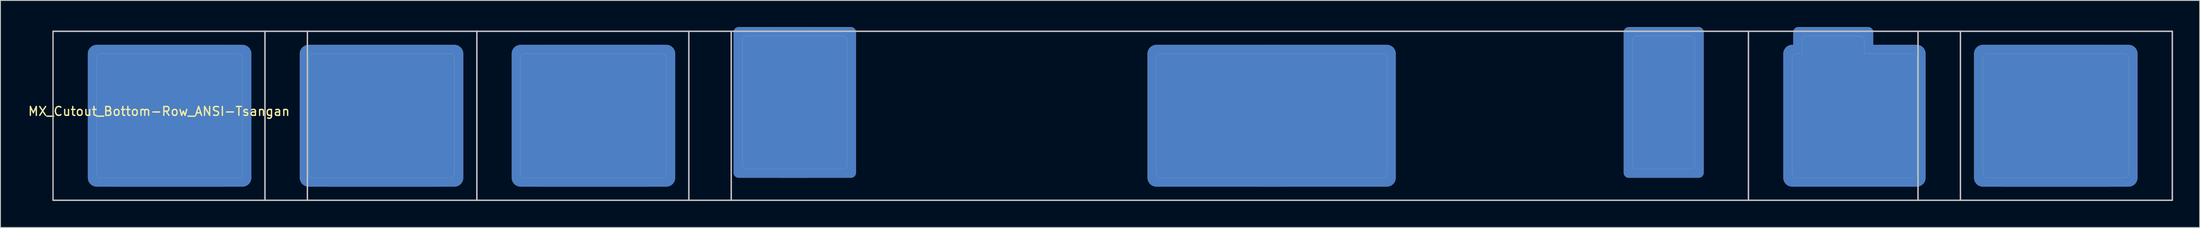
<source format=kicad_pcb>
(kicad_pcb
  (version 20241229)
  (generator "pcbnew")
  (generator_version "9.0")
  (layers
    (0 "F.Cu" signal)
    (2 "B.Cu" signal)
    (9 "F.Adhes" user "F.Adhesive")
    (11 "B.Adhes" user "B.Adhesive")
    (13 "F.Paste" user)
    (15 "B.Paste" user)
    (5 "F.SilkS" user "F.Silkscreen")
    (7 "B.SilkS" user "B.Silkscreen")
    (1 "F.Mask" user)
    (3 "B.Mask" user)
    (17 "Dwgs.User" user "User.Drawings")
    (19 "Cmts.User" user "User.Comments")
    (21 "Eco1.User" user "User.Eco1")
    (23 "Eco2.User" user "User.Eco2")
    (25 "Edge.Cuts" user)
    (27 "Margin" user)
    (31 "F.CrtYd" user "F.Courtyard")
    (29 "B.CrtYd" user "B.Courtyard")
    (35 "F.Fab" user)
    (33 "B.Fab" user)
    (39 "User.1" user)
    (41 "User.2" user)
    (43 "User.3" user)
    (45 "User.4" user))
  (footprint "MX_Cutout_Bottom-Row_ANSI-Tsangan"
    (layer "F.Cu")
    (at 14.815 10)
    (property "Reference" "MX_Cutout_Bottom-Row_ANSI-Tsangan" (at 0 -0.5 0) (unlocked yes) (layer "F.SilkS") (effects (font (size 1 1) (thickness 0.15))))
    (fp_line (start -11.906 -9.525) (end 11.906 -9.525) (stroke (width 0.15) (type solid)) (layer "Dwgs.User"))
    (fp_line (start -11.906 -9.525) (end 16.669 -9.525) (stroke (width 0.15) (type solid)) (layer "Dwgs.User"))
    (fp_line (start -11.906 9.525) (end -11.906 -9.525) (stroke (width 0.15) (type solid)) (layer "Dwgs.User"))
    (fp_line (start 11.906 -9.525) (end 11.906 9.525) (stroke (width 0.15) (type solid)) (layer "Dwgs.User"))
    (fp_line (start 11.906 -9.525) (end 35.719 -9.525) (stroke (width 0.15) (type solid)) (layer "Dwgs.User"))
    (fp_line (start 11.906 9.525) (end -11.906 9.525) (stroke (width 0.15) (type solid)) (layer "Dwgs.User"))
    (fp_line (start 11.906 9.525) (end 11.906 -9.525) (stroke (width 0.15) (type solid)) (layer "Dwgs.User"))
    (fp_line (start 16.669 -9.525) (end 16.669 9.525) (stroke (width 0.15) (type solid)) (layer "Dwgs.User"))
    (fp_line (start 16.669 -9.525) (end 35.719 -9.525) (stroke (width 0.15) (type solid)) (layer "Dwgs.User"))
    (fp_line (start 16.669 9.525) (end -11.906 9.525) (stroke (width 0.15) (type solid)) (layer "Dwgs.User"))
    (fp_line (start 16.669 9.525) (end 16.669 -9.525) (stroke (width 0.15) (type solid)) (layer "Dwgs.User"))
    (fp_line (start 35.719 -9.525) (end 35.719 9.525) (stroke (width 0.15) (type solid)) (layer "Dwgs.User"))
    (fp_line (start 35.719 -9.525) (end 35.719 9.525) (stroke (width 0.15) (type solid)) (layer "Dwgs.User"))
    (fp_line (start 35.719 -9.525) (end 59.531 -9.525) (stroke (width 0.15) (type solid)) (layer "Dwgs.User"))
    (fp_line (start 35.719 -9.525) (end 64.294 -9.525) (stroke (width 0.15) (type solid)) (layer "Dwgs.User"))
    (fp_line (start 35.719 9.525) (end 11.906 9.525) (stroke (width 0.15) (type solid)) (layer "Dwgs.User"))
    (fp_line (start 35.719 9.525) (end 16.669 9.525) (stroke (width 0.15) (type solid)) (layer "Dwgs.User"))
    (fp_line (start 35.719 9.525) (end 35.719 -9.525) (stroke (width 0.15) (type solid)) (layer "Dwgs.User"))
    (fp_line (start 35.719 9.525) (end 35.719 -9.525) (stroke (width 0.15) (type solid)) (layer "Dwgs.User"))
    (fp_line (start 59.531 -9.525) (end 59.531 9.525) (stroke (width 0.15) (type solid)) (layer "Dwgs.User"))
    (fp_line (start 59.531 -9.525) (end 59.531 9.525) (stroke (width 0.15) (type solid)) (layer "Dwgs.User"))
    (fp_line (start 59.531 -9.525) (end 178.594 -9.525) (stroke (width 0.15) (type solid)) (layer "Dwgs.User"))
    (fp_line (start 59.531 9.525) (end 35.719 9.525) (stroke (width 0.15) (type solid)) (layer "Dwgs.User"))
    (fp_line (start 59.531 9.525) (end 178.594 9.525) (stroke (width 0.15) (type solid)) (layer "Dwgs.User"))
    (fp_line (start 64.294 -9.525) (end 64.294 9.525) (stroke (width 0.15) (type solid)) (layer "Dwgs.User"))
    (fp_line (start 64.294 9.525) (end 35.719 9.525) (stroke (width 0.15) (type solid)) (layer "Dwgs.User"))
    (fp_line (start 64.294 9.525) (end 64.294 -9.525) (stroke (width 0.15) (type solid)) (layer "Dwgs.User"))
    (fp_line (start 178.594 -9.525) (end 178.594 9.525) (stroke (width 0.15) (type solid)) (layer "Dwgs.User"))
    (fp_line (start 178.594 -9.525) (end 202.406 -9.525) (stroke (width 0.15) (type solid)) (layer "Dwgs.User"))
    (fp_line (start 178.594 9.525) (end 178.594 -9.525) (stroke (width 0.15) (type solid)) (layer "Dwgs.User"))
    (fp_line (start 197.644 -9.525) (end 64.294 -9.525) (stroke (width 0.15) (type solid)) (layer "Dwgs.User"))
    (fp_line (start 197.644 -9.525) (end 226.219 -9.525) (stroke (width 0.15) (type solid)) (layer "Dwgs.User"))
    (fp_line (start 197.644 9.525) (end 64.294 9.525) (stroke (width 0.15) (type solid)) (layer "Dwgs.User"))
    (fp_line (start 197.644 9.525) (end 197.644 -9.525) (stroke (width 0.15) (type solid)) (layer "Dwgs.User"))
    (fp_line (start 197.644 9.525) (end 197.644 -9.525) (stroke (width 0.15) (type solid)) (layer "Dwgs.User"))
    (fp_line (start 202.406 -9.525) (end 202.406 9.525) (stroke (width 0.15) (type solid)) (layer "Dwgs.User"))
    (fp_line (start 202.406 -9.525) (end 226.219 -9.525) (stroke (width 0.15) (type solid)) (layer "Dwgs.User"))
    (fp_line (start 202.406 9.525) (end 178.594 9.525) (stroke (width 0.15) (type solid)) (layer "Dwgs.User"))
    (fp_line (start 202.406 9.525) (end 202.406 -9.525) (stroke (width 0.15) (type solid)) (layer "Dwgs.User"))
    (fp_line (start 226.219 -9.525) (end 226.219 9.525) (stroke (width 0.15) (type solid)) (layer "Dwgs.User"))
    (fp_line (start 226.219 -9.525) (end 226.219 9.525) (stroke (width 0.15) (type solid)) (layer "Dwgs.User"))
    (fp_line (start 226.219 9.525) (end 197.644 9.525) (stroke (width 0.15) (type solid)) (layer "Dwgs.User"))
    (fp_line (start 226.219 9.525) (end 202.406 9.525) (stroke (width 0.15) (type solid)) (layer "Dwgs.User"))
    (fp_line (start -7 -6.5) (end -7 6.5) (stroke (width 0.01) (type solid)) (layer "Edge.Cuts"))
    (fp_line (start -6.5 7) (end 8.881 7) (stroke (width 0.01) (type solid)) (layer "Edge.Cuts"))
    (fp_line (start 8.881 -7) (end -6.5 -7) (stroke (width 0.01) (type solid)) (layer "Edge.Cuts"))
    (fp_line (start 9.381 6.5) (end 9.381 -6.5) (stroke (width 0.01) (type solid)) (layer "Edge.Cuts"))
    (fp_line (start 16.812 -6.5) (end 16.812 6.5) (stroke (width 0.01) (type solid)) (layer "Edge.Cuts"))
    (fp_line (start 17.312 7) (end 32.694 7) (stroke (width 0.01) (type solid)) (layer "Edge.Cuts"))
    (fp_line (start 32.694 -7) (end 17.312 -7) (stroke (width 0.01) (type solid)) (layer "Edge.Cuts"))
    (fp_line (start 33.194 6.5) (end 33.194 -6.5) (stroke (width 0.01) (type solid)) (layer "Edge.Cuts"))
    (fp_line (start 40.625 -6.5) (end 40.625 6.5) (stroke (width 0.01) (type solid)) (layer "Edge.Cuts"))
    (fp_line (start 41.125 7) (end 56.506 7) (stroke (width 0.01) (type solid)) (layer "Edge.Cuts"))
    (fp_line (start 56.506 -7) (end 41.125 -7) (stroke (width 0.01) (type solid)) (layer "Edge.Cuts"))
    (fp_line (start 57.006 6.5) (end 57.006 -6.5) (stroke (width 0.01) (type solid)) (layer "Edge.Cuts"))
    (fp_line (start 65.556 5.5) (end 65.556 -8.5) (stroke (width 0.01) (type solid)) (layer "Edge.Cuts"))
    (fp_line (start 66.056 -9) (end 76.819 -9) (stroke (width 0.01) (type solid)) (layer "Edge.Cuts"))
    (fp_line (start 76.819 6) (end 66.056 6) (stroke (width 0.01) (type solid)) (layer "Edge.Cuts"))
    (fp_line (start 77.319 -8.5) (end 77.319 5.5) (stroke (width 0.01) (type solid)) (layer "Edge.Cuts"))
    (fp_line (start 112.062 6.5) (end 112.062 -6.5) (stroke (width 0.01) (type solid)) (layer "Edge.Cuts"))
    (fp_line (start 112.562 -7) (end 137.469 -7) (stroke (width 0.01) (type solid)) (layer "Edge.Cuts"))
    (fp_line (start 137.469 7) (end 112.562 7) (stroke (width 0.01) (type solid)) (layer "Edge.Cuts"))
    (fp_line (start 137.969 -6.5) (end 137.969 6.5) (stroke (width 0.01) (type solid)) (layer "Edge.Cuts"))
    (fp_line (start 165.569 5.5) (end 165.569 -8.5) (stroke (width 0.01) (type solid)) (layer "Edge.Cuts"))
    (fp_line (start 166.069 -9) (end 172.069 -9) (stroke (width 0.01) (type solid)) (layer "Edge.Cuts"))
    (fp_line (start 172.069 6) (end 166.069 6) (stroke (width 0.01) (type solid)) (layer "Edge.Cuts"))
    (fp_line (start 172.569 -8.5) (end 172.569 5.5) (stroke (width 0.01) (type solid)) (layer "Edge.Cuts"))
    (fp_line (start 183.5 -6.5) (end 183.5 6.5) (stroke (width 0.01) (type solid)) (layer "Edge.Cuts"))
    (fp_line (start 184 7) (end 197 7) (stroke (width 0.01) (type solid)) (layer "Edge.Cuts"))
    (fp_line (start 184.619 -7) (end 184 -7) (stroke (width 0.01) (type solid)) (layer "Edge.Cuts"))
    (fp_line (start 184.619 -7) (end 184.619 -8.5) (stroke (width 0.01) (type solid)) (layer "Edge.Cuts"))
    (fp_line (start 185.119 -9) (end 191.119 -9) (stroke (width 0.01) (type solid)) (layer "Edge.Cuts"))
    (fp_line (start 191.619 -8.5) (end 191.619 -7) (stroke (width 0.01) (type solid)) (layer "Edge.Cuts"))
    (fp_line (start 197 -7) (end 191.619 -7) (stroke (width 0.01) (type solid)) (layer "Edge.Cuts"))
    (fp_line (start 197.5 6.5) (end 197.5 -6.5) (stroke (width 0.01) (type solid)) (layer "Edge.Cuts"))
    (fp_line (start 204.931 -6.5) (end 204.931 6.5) (stroke (width 0.01) (type solid)) (layer "Edge.Cuts"))
    (fp_line (start 205.431 7) (end 220.812 7) (stroke (width 0.01) (type solid)) (layer "Edge.Cuts"))
    (fp_line (start 220.812 -7) (end 205.431 -7) (stroke (width 0.01) (type solid)) (layer "Edge.Cuts"))
    (fp_line (start 221.312 6.5) (end 221.312 -6.5) (stroke (width 0.01) (type solid)) (layer "Edge.Cuts"))
    (fp_arc (start -7 -6.5) (mid -6.853553 -6.853553) (end -6.5 -7) (stroke (width 0.01) (type solid)) (layer "Edge.Cuts"))
    (fp_arc (start -6.5 7) (mid -6.853553 6.853553) (end -7 6.5) (stroke (width 0.01) (type solid)) (layer "Edge.Cuts"))
    (fp_arc (start 8.88125 -7) (mid 9.234803 -6.853553) (end 9.38125 -6.5) (stroke (width 0.01) (type solid)) (layer "Edge.Cuts"))
    (fp_arc (start 9.38125 6.5) (mid 9.234803 6.853553) (end 8.88125 7) (stroke (width 0.01) (type solid)) (layer "Edge.Cuts"))
    (fp_arc (start 16.8125 -6.5) (mid 16.958947 -6.853553) (end 17.3125 -7) (stroke (width 0.01) (type solid)) (layer "Edge.Cuts"))
    (fp_arc (start 17.3125 7) (mid 16.958947 6.853553) (end 16.8125 6.5) (stroke (width 0.01) (type solid)) (layer "Edge.Cuts"))
    (fp_arc (start 32.69375 -7) (mid 33.047303 -6.853553) (end 33.19375 -6.5) (stroke (width 0.01) (type solid)) (layer "Edge.Cuts"))
    (fp_arc (start 33.19375 6.5) (mid 33.047303 6.853553) (end 32.69375 7) (stroke (width 0.01) (type solid)) (layer "Edge.Cuts"))
    (fp_arc (start 40.625 -6.5) (mid 40.771447 -6.853553) (end 41.125 -7) (stroke (width 0.01) (type solid)) (layer "Edge.Cuts"))
    (fp_arc (start 41.125 7) (mid 40.771447 6.853553) (end 40.625 6.5) (stroke (width 0.01) (type solid)) (layer "Edge.Cuts"))
    (fp_arc (start 56.50625 -7) (mid 56.859803 -6.853553) (end 57.00625 -6.5) (stroke (width 0.01) (type solid)) (layer "Edge.Cuts"))
    (fp_arc (start 57.00625 6.5) (mid 56.859803 6.853553) (end 56.50625 7) (stroke (width 0.01) (type solid)) (layer "Edge.Cuts"))
    (fp_arc (start 65.556249 -8.500001) (mid 65.702696 -8.853554) (end 66.05625 -9) (stroke (width 0.01) (type solid)) (layer "Edge.Cuts"))
    (fp_arc (start 66.056249 6.000001) (mid 65.702696 5.853554) (end 65.55625 5.5) (stroke (width 0.01) (type solid)) (layer "Edge.Cuts"))
    (fp_arc (start 76.818751 -9.000001) (mid 77.172304 -8.853554) (end 77.31875 -8.5) (stroke (width 0.01) (type solid)) (layer "Edge.Cuts"))
    (fp_arc (start 77.31875 5.5) (mid 77.172303 5.853553) (end 76.81875 6) (stroke (width 0.01) (type solid)) (layer "Edge.Cuts"))
    (fp_arc (start 112.0625 -6.5) (mid 112.208947 -6.853553) (end 112.5625 -7) (stroke (width 0.01) (type solid)) (layer "Edge.Cuts"))
    (fp_arc (start 112.5625 7) (mid 112.208947 6.853553) (end 112.0625 6.5) (stroke (width 0.01) (type solid)) (layer "Edge.Cuts"))
    (fp_arc (start 137.46875 -7) (mid 137.822303 -6.853553) (end 137.96875 -6.5) (stroke (width 0.01) (type solid)) (layer "Edge.Cuts"))
    (fp_arc (start 137.96875 6.5) (mid 137.822303 6.853553) (end 137.46875 7) (stroke (width 0.01) (type solid)) (layer "Edge.Cuts"))
    (fp_arc (start 165.568749 -8.500001) (mid 165.715196 -8.853554) (end 166.06875 -9) (stroke (width 0.01) (type solid)) (layer "Edge.Cuts"))
    (fp_arc (start 166.068749 6.000001) (mid 165.715196 5.853554) (end 165.56875 5.5) (stroke (width 0.01) (type solid)) (layer "Edge.Cuts"))
    (fp_arc (start 172.068751 -9.000001) (mid 172.422304 -8.853554) (end 172.56875 -8.5) (stroke (width 0.01) (type solid)) (layer "Edge.Cuts"))
    (fp_arc (start 172.568751 5.500001) (mid 172.422304 5.853554) (end 172.06875 6) (stroke (width 0.01) (type solid)) (layer "Edge.Cuts"))
    (fp_arc (start 183.5 -6.5) (mid 183.646447 -6.853553) (end 184 -7) (stroke (width 0.01) (type solid)) (layer "Edge.Cuts"))
    (fp_arc (start 184 7) (mid 183.646447 6.853553) (end 183.5 6.5) (stroke (width 0.01) (type solid)) (layer "Edge.Cuts"))
    (fp_arc (start 184.618749 -8.500001) (mid 184.765196 -8.853554) (end 185.11875 -9) (stroke (width 0.01) (type solid)) (layer "Edge.Cuts"))
    (fp_arc (start 191.11875 -9) (mid 191.472303 -8.853553) (end 191.61875 -8.5) (stroke (width 0.01) (type solid)) (layer "Edge.Cuts"))
    (fp_arc (start 197 -7) (mid 197.353553 -6.853553) (end 197.5 -6.5) (stroke (width 0.01) (type solid)) (layer "Edge.Cuts"))
    (fp_arc (start 197.5 6.5) (mid 197.353553 6.853553) (end 197 7) (stroke (width 0.01) (type solid)) (layer "Edge.Cuts"))
    (fp_arc (start 204.93125 -6.5) (mid 205.077697 -6.853553) (end 205.43125 -7) (stroke (width 0.01) (type solid)) (layer "Edge.Cuts"))
    (fp_arc (start 205.43125 7) (mid 205.077697 6.853553) (end 204.93125 6.5) (stroke (width 0.01) (type solid)) (layer "Edge.Cuts"))
    (fp_arc (start 220.8125 -7) (mid 221.166053 -6.853553) (end 221.3125 -6.5) (stroke (width 0.01) (type solid)) (layer "Edge.Cuts"))
    (fp_arc (start 221.3125 6.5) (mid 221.166053 6.853553) (end 220.8125 7) (stroke (width 0.01) (type solid)) (layer "Edge.Cuts"))
    (pad "1" smd roundrect (at 0 0 180) (size 16 16) (layers "F.Cu" "F.Mask") (roundrect_rratio 0.063))
    (pad "1" smd roundrect (at 0 0 180) (size 16 16) (layers "B.Cu" "B.Mask") (roundrect_rratio 0.063))
    (pad "1" smd roundrect (at 2.381 0 180) (size 16 16) (layers "F.Cu" "F.Mask") (roundrect_rratio 0.063))
    (pad "1" smd roundrect (at 2.381 0 180) (size 16 16) (layers "B.Cu" "B.Mask") (roundrect_rratio 0.063))
    (pad "1" smd roundrect (at 23.812 0 180) (size 16 16) (layers "F.Cu" "F.Mask") (roundrect_rratio 0.063))
    (pad "1" smd roundrect (at 23.812 0 180) (size 16 16) (layers "B.Cu" "B.Mask") (roundrect_rratio 0.063))
    (pad "1" smd roundrect (at 26.194 0 180) (size 16 16) (layers "F.Cu" "F.Mask") (roundrect_rratio 0.063))
    (pad "1" smd roundrect (at 26.194 0 180) (size 16 16) (layers "B.Cu" "B.Mask") (roundrect_rratio 0.063))
    (pad "1" smd roundrect (at 47.625 0 180) (size 16 16) (layers "F.Cu" "F.Mask") (roundrect_rratio 0.063))
    (pad "1" smd roundrect (at 47.625 0 180) (size 16 16) (layers "B.Cu" "B.Mask") (roundrect_rratio 0.063))
    (pad "1" smd roundrect (at 50.006 0 180) (size 16 16) (layers "F.Cu" "F.Mask") (roundrect_rratio 0.063))
    (pad "1" smd roundrect (at 50.006 0 180) (size 16 16) (layers "B.Cu" "B.Mask") (roundrect_rratio 0.063))
    (pad "1" smd roundrect (at 69.056 -1.5 180) (size 9 17) (layers "F.Cu" "F.Mask") (roundrect_rratio 0.063))
    (pad "1" smd roundrect (at 69.056 -1.5 180) (size 9 17) (layers "B.Cu" "B.Mask") (roundrect_rratio 0.063))
    (pad "1" smd roundrect (at 73.819 -1.5) (size 9 17) (layers "F.Cu" "F.Mask") (roundrect_rratio 0.063))
    (pad "1" smd roundrect (at 73.819 -1.5 180) (size 9 17) (layers "B.Cu" "B.Mask") (roundrect_rratio 0.063))
    (pad "1" smd roundrect (at 119.062 0 180) (size 16 16) (layers "F.Cu" "F.Mask") (roundrect_rratio 0.063))
    (pad "1" smd roundrect (at 119.062 0 180) (size 16 16) (layers "B.Cu" "B.Mask") (roundrect_rratio 0.063))
    (pad "1" smd roundrect (at 130.969 0) (size 16 16) (layers "F.Cu" "F.Mask") (roundrect_rratio 0.063))
    (pad "1" smd roundrect (at 130.969 0) (size 16 16) (layers "B.Cu" "B.Mask") (roundrect_rratio 0.063))
    (pad "1" smd roundrect (at 169.069 -1.5 180) (size 9 17) (layers "F.Cu" "F.Mask") (roundrect_rratio 0.063))
    (pad "1" smd roundrect (at 169.069 -1.5 180) (size 9 17) (layers "B.Cu" "B.Mask") (roundrect_rratio 0.063))
    (pad "1" smd roundrect (at 188.119 -1.5) (size 9 17) (layers "F.Cu" "F.Mask") (roundrect_rratio 0.063))
    (pad "1" smd roundrect (at 188.119 -1.5 180) (size 9 17) (layers "B.Cu" "B.Mask") (roundrect_rratio 0.063))
    (pad "1" smd roundrect (at 190.5 0 180) (size 16 16) (layers "F.Cu" "F.Mask") (roundrect_rratio 0.063))
    (pad "1" smd roundrect (at 190.5 0 180) (size 16 16) (layers "B.Cu" "B.Mask") (roundrect_rratio 0.063))
    (pad "1" smd roundrect (at 211.931 0 180) (size 16 16) (layers "F.Cu" "F.Mask") (roundrect_rratio 0.063))
    (pad "1" smd roundrect (at 211.931 0 180) (size 16 16) (layers "B.Cu" "B.Mask") (roundrect_rratio 0.063))
    (pad "1" smd roundrect (at 214.312 0 180) (size 16 16) (layers "F.Cu" "F.Mask") (roundrect_rratio 0.063))
    (pad "1" smd roundrect (at 214.312 0 180) (size 16 16) (layers "B.Cu" "B.Mask") (roundrect_rratio 0.063)))
  (gr_rect
    (start -3 -3)
    (end 244.109 22.6)
    (stroke (width 0.1) (type default))
    (fill no)
    (layer "Edge.Cuts")))
</source>
